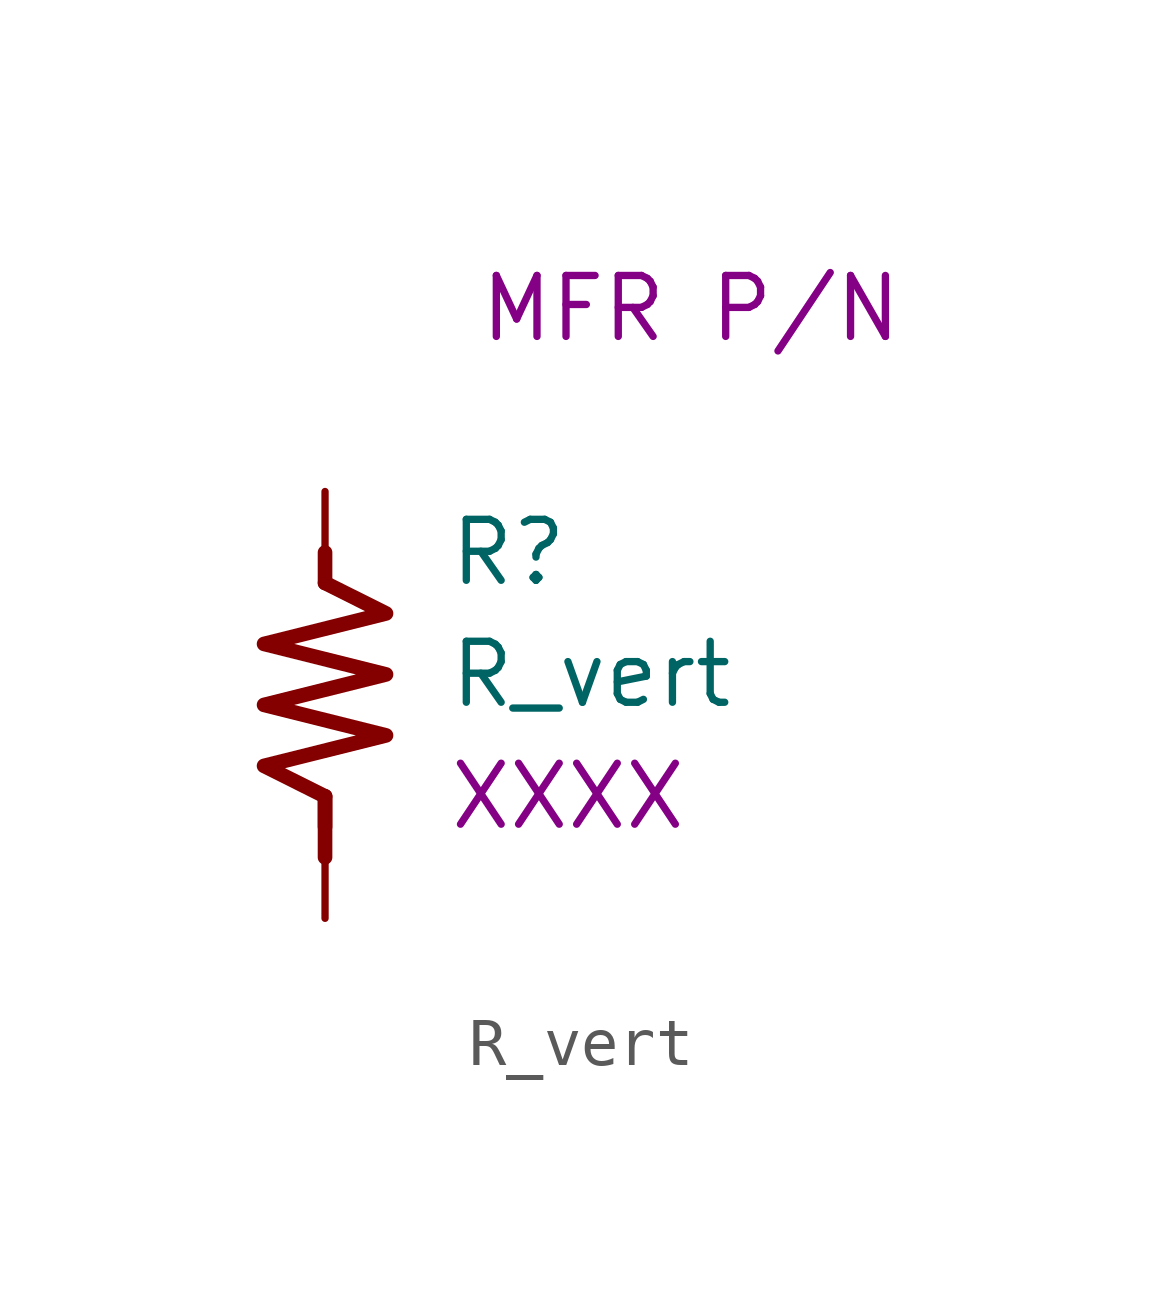
<source format=kicad_sym>
(kicad_symbol_lib
  (version 20220914)
  (generator kicad_symbol_editor)
  (symbol "R_vert"
    (pin_numbers hide)
    (pin_names
      (offset 0))
    (property "Reference" "R"
      (at 2.54 2.54 0)
      (effects (font (size 1.27 1.27)) (justify left)))
    (property "Value" "R_vert"
      (at 2.54 0 0)
      (effects (font (size 1.27 1.27)) (justify left)))
    (property "Package Size" "XXXX"
      (at 2.54 -2.54 0)
      (effects (font (size 1.27 1.27)) (justify left)))
    (property "MPN" "MFR P/N"
      (at 7.62 7.62 0)
      (effects (font (size 1.27 1.27))))
    (symbol "R_vert_0_1"
      (polyline (pts (xy 0 -3.81) (xy 0 -2.54)) (stroke (width 0.305) (type default)) (fill (type none)))
      (polyline (pts (xy 0 -2.54) (xy 0 -3.175)) (stroke (width 0.305) (type default)) (fill (type none)))
      (polyline (pts (xy 0 1.905) (xy 0 2.54)) (stroke (width 0.305) (type default)) (fill (type none)))
      (polyline (pts (xy 0 1.905) (xy 1.27 1.27) (xy -1.27 0.635) (xy 1.27 0) (xy -1.27 -0.635) (xy 1.27 -1.27) (xy -1.27 -1.905) (xy 0 -2.54)) (stroke (width 0.305) (type default)) (fill (type none))))
    (symbol "R_vert_1_1"
      (pin passive line (at 0 3.81 270) (length 1.27) (name "~" (effects (font (size 1.27 1.27)))) (number "1" (effects (font (size 1.27 1.27)))))
      (pin passive line (at 0 -5.08 90) (length 1.27) (name "~" (effects (font (size 1.27 1.27)))) (number "2" (effects (font (size 1.27 1.27))))))))
</source>
